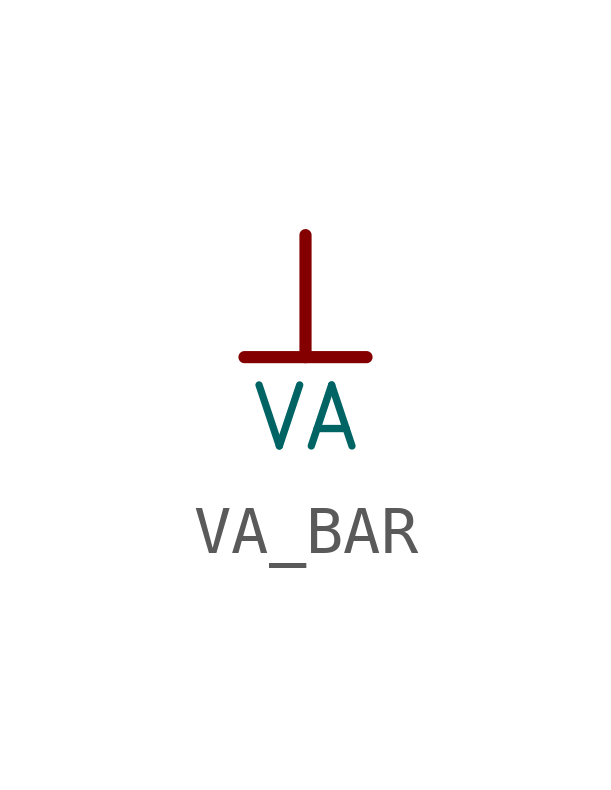
<source format=kicad_sym>
(kicad_symbol_lib
  (version 20241209)
  (generator "kicad_symbol_editor")
  (generator_version "9.0")
  (symbol "VA_BAR"
    (power)
    (property "Reference" "#PWR"
      (at 0 0 0)
      (effects (font (size 1.27 1.27)) (hide yes)))
    (property "Value" "VA"
      (at 0 -3.81 0)
      (effects (font (size 1.27 1.27))))
    (symbol "VA_BAR_0_0"
      (polyline (pts (xy -1.27 -2.54) (xy 1.27 -2.54)) (stroke (width 0.254) (type solid)) (fill (type none)))
      (polyline (pts (xy 0 0) (xy 0 -2.54)) (stroke (width 0.254) (type solid)) (fill (type none)))
      (pin power_in line (at 0 0 0) (length 0) (hide yes) (name "VA" (effects (font (size 1.27 1.27)))) (number "" (effects (font (size 1.27 1.27))))))))
</source>
